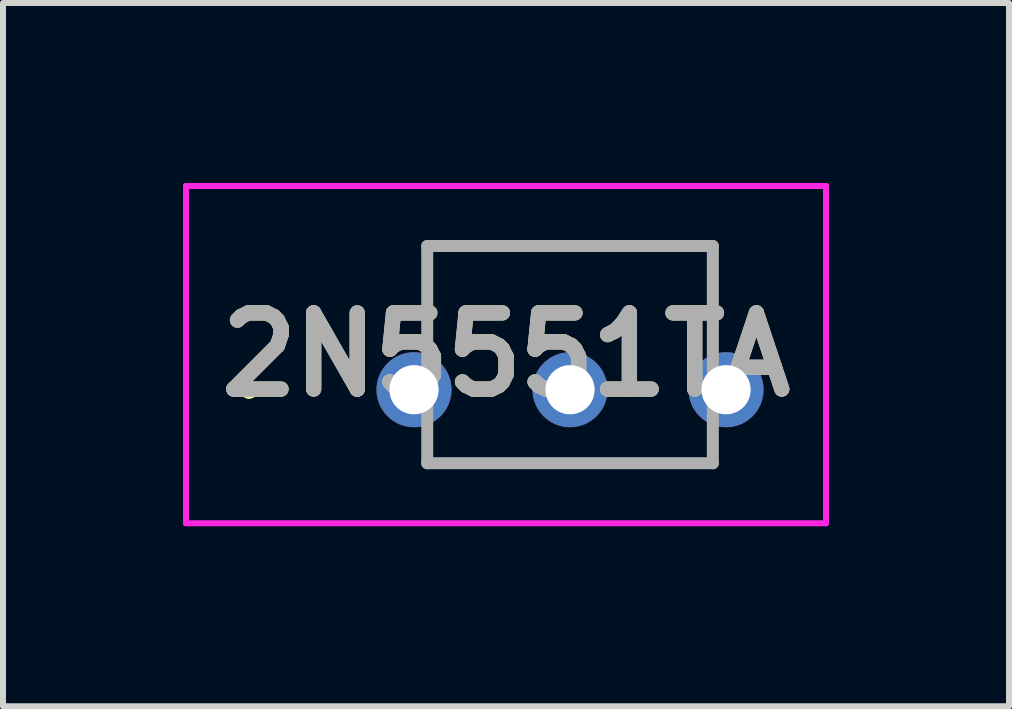
<source format=kicad_pcb>
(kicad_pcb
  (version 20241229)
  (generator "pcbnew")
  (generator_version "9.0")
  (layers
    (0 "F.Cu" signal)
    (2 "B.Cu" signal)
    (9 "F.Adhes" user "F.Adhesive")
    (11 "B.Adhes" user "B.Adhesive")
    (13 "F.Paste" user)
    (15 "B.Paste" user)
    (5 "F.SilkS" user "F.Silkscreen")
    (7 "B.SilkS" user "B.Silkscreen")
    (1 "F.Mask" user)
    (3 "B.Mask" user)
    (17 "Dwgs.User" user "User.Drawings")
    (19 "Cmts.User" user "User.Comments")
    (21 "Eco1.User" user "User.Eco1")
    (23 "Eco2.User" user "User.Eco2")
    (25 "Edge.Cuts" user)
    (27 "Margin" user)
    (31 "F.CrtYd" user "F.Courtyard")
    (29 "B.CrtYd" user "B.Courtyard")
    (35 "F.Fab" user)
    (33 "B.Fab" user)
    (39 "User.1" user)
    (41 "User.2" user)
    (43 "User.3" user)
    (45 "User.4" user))
  (footprint "2N5551TA"
    (layer "F.Cu")
    (at 3.85 3.445)
    (property "Reference" "2N5551TA" (at 1.533 -0.585 0) (layer "F.SilkS") (effects (font (size 1.27 1.27) (thickness 0.254))))
    (attr through_hole)
    (fp_line (start -2.8 0) (end -2.8 0) (stroke (width 0.2) (type solid)) (layer "F.SilkS"))
    (fp_line (start -2.8 0) (end -2.8 0) (stroke (width 0.2) (type solid)) (layer "F.SilkS"))
    (fp_line (start -2.7 0) (end -2.7 0) (stroke (width 0.2) (type solid)) (layer "F.SilkS"))
    (fp_line (start 0.22 -2.395) (end 0.22 -2.395) (stroke (width 0.1) (type solid)) (layer "F.SilkS"))
    (fp_line (start 0.22 -2.395) (end 0.22 -2.395) (stroke (width 0.1) (type solid)) (layer "F.SilkS"))
    (fp_line (start 0.22 -2.395) (end 0.22 -1.25) (stroke (width 0.1) (type solid)) (layer "F.SilkS"))
    (fp_line (start 0.22 -2.395) (end 4.98 -2.395) (stroke (width 0.1) (type solid)) (layer "F.SilkS"))
    (fp_line (start 0.22 -1.25) (end 0.22 -2.395) (stroke (width 0.1) (type solid)) (layer "F.SilkS"))
    (fp_line (start 0.22 -1.25) (end 0.22 -1.25) (stroke (width 0.1) (type solid)) (layer "F.SilkS"))
    (fp_line (start 0.22 1.225) (end 0.22 1.225) (stroke (width 0.1) (type solid)) (layer "F.SilkS"))
    (fp_line (start 0.22 1.225) (end 4.98 1.225) (stroke (width 0.1) (type solid)) (layer "F.SilkS"))
    (fp_line (start 4.98 -2.395) (end 0.22 -2.395) (stroke (width 0.1) (type solid)) (layer "F.SilkS"))
    (fp_line (start 4.98 -2.395) (end 4.98 -2.395) (stroke (width 0.1) (type solid)) (layer "F.SilkS"))
    (fp_line (start 4.98 -2.395) (end 4.98 -2.395) (stroke (width 0.1) (type solid)) (layer "F.SilkS"))
    (fp_line (start 4.98 -2.395) (end 4.98 -1.25) (stroke (width 0.1) (type solid)) (layer "F.SilkS"))
    (fp_line (start 4.98 -1.25) (end 4.98 -2.395) (stroke (width 0.1) (type solid)) (layer "F.SilkS"))
    (fp_line (start 4.98 -1.25) (end 4.98 -1.25) (stroke (width 0.1) (type solid)) (layer "F.SilkS"))
    (fp_line (start 4.98 1.225) (end 0.22 1.225) (stroke (width 0.1) (type solid)) (layer "F.SilkS"))
    (fp_line (start 4.98 1.225) (end 4.98 1.225) (stroke (width 0.1) (type solid)) (layer "F.SilkS"))
    (fp_arc (start -2.8 0) (mid -2.75 -0.05) (end -2.7 0) (stroke (width 0.2) (type solid)) (layer "F.SilkS"))
    (fp_arc (start -2.7 0) (mid -2.75 0.05) (end -2.8 0) (stroke (width 0.2) (type solid)) (layer "F.SilkS"))
    (fp_arc (start -2.7 0) (mid -2.75 0.05) (end -2.8 0) (stroke (width 0.2) (type solid)) (layer "F.SilkS"))
    (fp_line (start -3.8 -3.395) (end 6.866 -3.395) (stroke (width 0.1) (type solid)) (layer "F.CrtYd"))
    (fp_line (start -3.8 2.225) (end -3.8 -3.395) (stroke (width 0.1) (type solid)) (layer "F.CrtYd"))
    (fp_line (start 6.866 -3.395) (end 6.866 2.225) (stroke (width 0.1) (type solid)) (layer "F.CrtYd"))
    (fp_line (start 6.866 2.225) (end -3.8 2.225) (stroke (width 0.1) (type solid)) (layer "F.CrtYd"))
    (fp_line (start 0.22 -2.395) (end 0.22 1.225) (stroke (width 0.2) (type solid)) (layer "F.Fab"))
    (fp_line (start 0.22 1.225) (end 4.98 1.225) (stroke (width 0.2) (type solid)) (layer "F.Fab"))
    (fp_line (start 4.98 -2.395) (end 0.22 -2.395) (stroke (width 0.2) (type solid)) (layer "F.Fab"))
    (fp_line (start 4.98 1.225) (end 4.98 -2.395) (stroke (width 0.2) (type solid)) (layer "F.Fab"))
    (fp_text user "${REFERENCE}" (at 1.533 -0.585 0) (layer "F.Fab") (effects (font (size 1.27 1.27) (thickness 0.254))))
    (pad "1" thru_hole circle (at 0 0) (size 1.25 1.25) (drill 0.82) (layers "*.Cu" "*.Mask"))
    (pad "2" thru_hole circle (at 2.6 0) (size 1.25 1.25) (drill 0.82) (layers "*.Cu" "*.Mask"))
    (pad "3" thru_hole circle (at 5.2 0) (size 1.25 1.25) (drill 0.82) (layers "*.Cu" "*.Mask")))
  (gr_rect
    (start -3 -3)
    (end 13.766 8.72)
    (stroke (width 0.1) (type default))
    (fill no)
    (layer "Edge.Cuts")))
</source>
